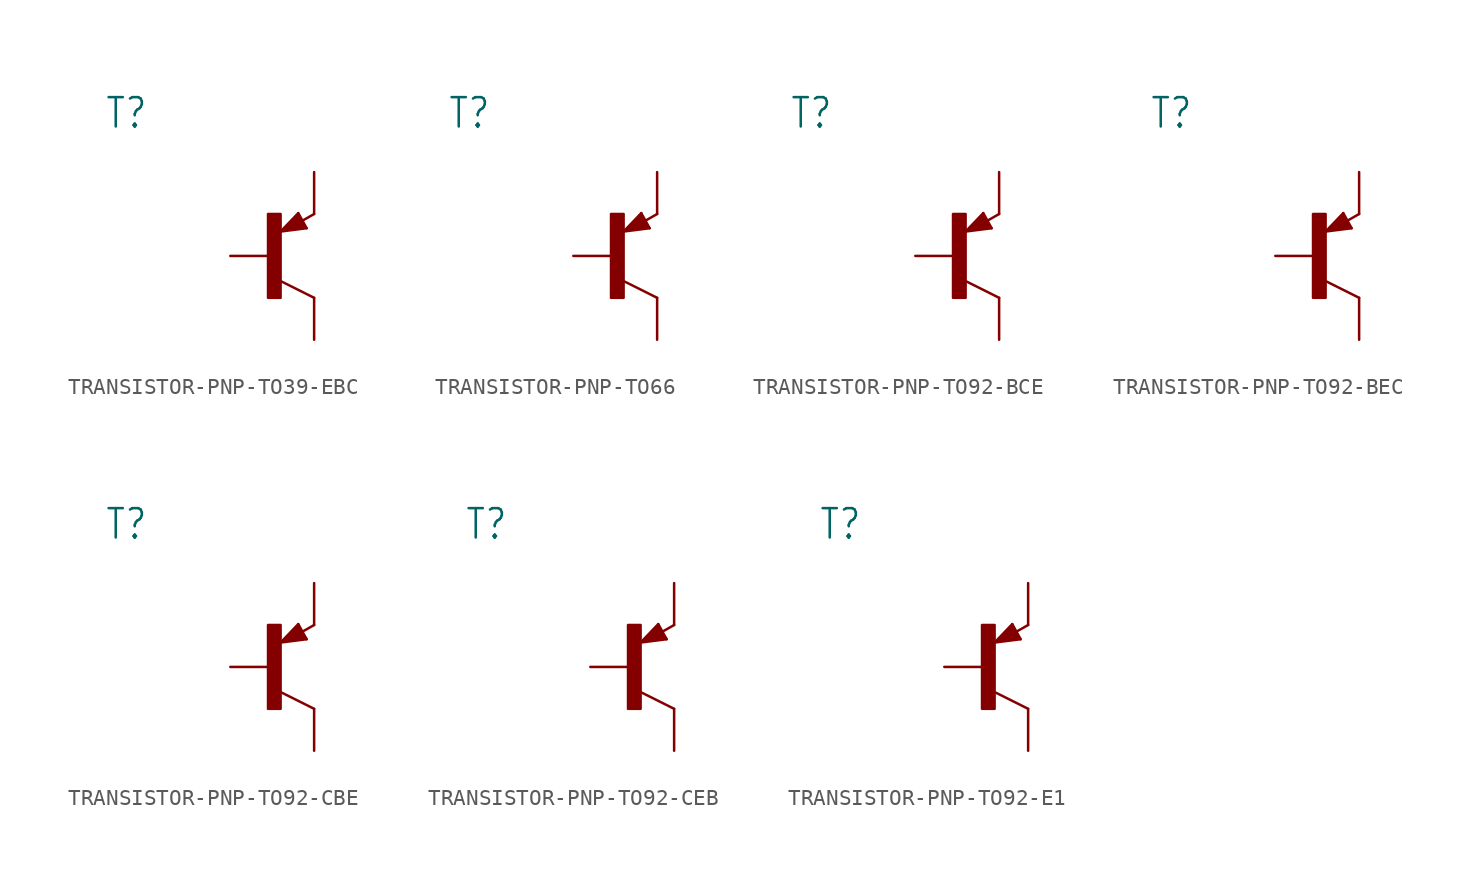
<source format=kicad_sym>
(kicad_symbol_lib
  (version 20231120)
  (generator "kicad_symbol_editor")
  (generator_version "8.0")
  (symbol "TRANSISTOR-PNP-TO39-EBC"
    (property "Reference" "T"
      (at -10.16 7.62 0)
      (effects (font (size 1.778 1.511)) (justify left bottom)))
    (property "Value" ""
      (at -10.16 5.08 0)
      (effects (font (size 1.778 1.511)) (justify left bottom)))
    (property "ki_locked" ""
      (at 0 0 0)
      (effects (font (size 1.27 1.27))))
    (symbol "TRANSISTOR-PNP-TO39-EBC_1_0"
      (rectangle (start -0.254 -2.54) (end 0.508 2.54) (stroke (width 0) (type default)) (fill (type outline)))
      (polyline (pts (xy 0.516 1.478) (xy 2.086 1.678)) (stroke (width 0.152) (type solid)) (fill (type none)))
      (polyline (pts (xy 0.762 1.651) (xy 1.778 1.778)) (stroke (width 0.254) (type solid)) (fill (type none)))
      (polyline (pts (xy 1.143 1.905) (xy 1.524 1.905)) (stroke (width 0.254) (type solid)) (fill (type none)))
      (polyline (pts (xy 1.524 2.159) (xy 1.143 1.905)) (stroke (width 0.254) (type solid)) (fill (type none)))
      (polyline (pts (xy 1.524 2.413) (xy 0.762 1.651)) (stroke (width 0.254) (type solid)) (fill (type none)))
      (polyline (pts (xy 1.578 2.594) (xy 0.516 1.478)) (stroke (width 0.152) (type solid)) (fill (type none)))
      (polyline (pts (xy 1.778 1.778) (xy 1.524 2.159)) (stroke (width 0.254) (type solid)) (fill (type none)))
      (polyline (pts (xy 1.905 1.778) (xy 1.524 2.413)) (stroke (width 0.254) (type solid)) (fill (type none)))
      (polyline (pts (xy 2.086 1.678) (xy 1.578 2.594)) (stroke (width 0.152) (type solid)) (fill (type none)))
      (polyline (pts (xy 2.54 -2.54) (xy 0.508 -1.524)) (stroke (width 0.152) (type solid)) (fill (type none)))
      (polyline (pts (xy 2.54 2.54) (xy 1.808 2.124)) (stroke (width 0.152) (type solid)) (fill (type none)))
      (pin passive line (at 2.54 5.08 270) (length 2.54) (name "E" (effects (font (size 0 0)))) (number "1" (effects (font (size 0 0)))))
      (pin passive line (at -2.54 0 0) (length 2.54) (name "B" (effects (font (size 0 0)))) (number "2" (effects (font (size 0 0)))))
      (pin passive line (at 2.54 -5.08 90) (length 2.54) (name "C" (effects (font (size 0 0)))) (number "3" (effects (font (size 0 0)))))))
  (symbol "TRANSISTOR-PNP-TO66"
    (property "Reference" "T"
      (at -10.16 7.62 0)
      (effects (font (size 1.778 1.511)) (justify left bottom)))
    (property "Value" ""
      (at -10.16 5.08 0)
      (effects (font (size 1.778 1.511)) (justify left bottom)))
    (property "ki_locked" ""
      (at 0 0 0)
      (effects (font (size 1.27 1.27))))
    (symbol "TRANSISTOR-PNP-TO66_1_0"
      (rectangle (start -0.254 -2.54) (end 0.508 2.54) (stroke (width 0) (type default)) (fill (type outline)))
      (polyline (pts (xy 0.516 1.478) (xy 2.086 1.678)) (stroke (width 0.152) (type solid)) (fill (type none)))
      (polyline (pts (xy 0.762 1.651) (xy 1.778 1.778)) (stroke (width 0.254) (type solid)) (fill (type none)))
      (polyline (pts (xy 1.143 1.905) (xy 1.524 1.905)) (stroke (width 0.254) (type solid)) (fill (type none)))
      (polyline (pts (xy 1.524 2.159) (xy 1.143 1.905)) (stroke (width 0.254) (type solid)) (fill (type none)))
      (polyline (pts (xy 1.524 2.413) (xy 0.762 1.651)) (stroke (width 0.254) (type solid)) (fill (type none)))
      (polyline (pts (xy 1.578 2.594) (xy 0.516 1.478)) (stroke (width 0.152) (type solid)) (fill (type none)))
      (polyline (pts (xy 1.778 1.778) (xy 1.524 2.159)) (stroke (width 0.254) (type solid)) (fill (type none)))
      (polyline (pts (xy 1.905 1.778) (xy 1.524 2.413)) (stroke (width 0.254) (type solid)) (fill (type none)))
      (polyline (pts (xy 2.086 1.678) (xy 1.578 2.594)) (stroke (width 0.152) (type solid)) (fill (type none)))
      (polyline (pts (xy 2.54 -2.54) (xy 0.508 -1.524)) (stroke (width 0.152) (type solid)) (fill (type none)))
      (polyline (pts (xy 2.54 2.54) (xy 1.808 2.124)) (stroke (width 0.152) (type solid)) (fill (type none)))
      (pin passive line (at 2.54 5.08 270) (length 2.54) (name "E" (effects (font (size 0 0)))) (number "1" (effects (font (size 0 0)))))
      (pin passive line (at -2.54 0 0) (length 2.54) (name "B" (effects (font (size 0 0)))) (number "2" (effects (font (size 0 0)))))
      (pin passive line (at 2.54 -5.08 90) (length 2.54) (name "C" (effects (font (size 0 0)))) (number "3" (effects (font (size 0 0)))))))
  (symbol "TRANSISTOR-PNP-TO92-BCE"
    (property "Reference" "T"
      (at -10.16 7.62 0)
      (effects (font (size 1.778 1.511)) (justify left bottom)))
    (property "Value" ""
      (at -10.16 5.08 0)
      (effects (font (size 1.778 1.511)) (justify left bottom)))
    (property "ki_locked" ""
      (at 0 0 0)
      (effects (font (size 1.27 1.27))))
    (symbol "TRANSISTOR-PNP-TO92-BCE_1_0"
      (rectangle (start -0.254 -2.54) (end 0.508 2.54) (stroke (width 0) (type default)) (fill (type outline)))
      (polyline (pts (xy 0.516 1.478) (xy 2.086 1.678)) (stroke (width 0.152) (type solid)) (fill (type none)))
      (polyline (pts (xy 0.762 1.651) (xy 1.778 1.778)) (stroke (width 0.254) (type solid)) (fill (type none)))
      (polyline (pts (xy 1.143 1.905) (xy 1.524 1.905)) (stroke (width 0.254) (type solid)) (fill (type none)))
      (polyline (pts (xy 1.524 2.159) (xy 1.143 1.905)) (stroke (width 0.254) (type solid)) (fill (type none)))
      (polyline (pts (xy 1.524 2.413) (xy 0.762 1.651)) (stroke (width 0.254) (type solid)) (fill (type none)))
      (polyline (pts (xy 1.578 2.594) (xy 0.516 1.478)) (stroke (width 0.152) (type solid)) (fill (type none)))
      (polyline (pts (xy 1.778 1.778) (xy 1.524 2.159)) (stroke (width 0.254) (type solid)) (fill (type none)))
      (polyline (pts (xy 1.905 1.778) (xy 1.524 2.413)) (stroke (width 0.254) (type solid)) (fill (type none)))
      (polyline (pts (xy 2.086 1.678) (xy 1.578 2.594)) (stroke (width 0.152) (type solid)) (fill (type none)))
      (polyline (pts (xy 2.54 -2.54) (xy 0.508 -1.524)) (stroke (width 0.152) (type solid)) (fill (type none)))
      (polyline (pts (xy 2.54 2.54) (xy 1.808 2.124)) (stroke (width 0.152) (type solid)) (fill (type none)))
      (pin passive line (at -2.54 0 0) (length 2.54) (name "B" (effects (font (size 0 0)))) (number "B" (effects (font (size 0 0)))))
      (pin passive line (at 2.54 -5.08 90) (length 2.54) (name "C" (effects (font (size 0 0)))) (number "C" (effects (font (size 0 0)))))
      (pin passive line (at 2.54 5.08 270) (length 2.54) (name "E" (effects (font (size 0 0)))) (number "E" (effects (font (size 0 0)))))))
  (symbol "TRANSISTOR-PNP-TO92-BEC"
    (property "Reference" "T"
      (at -10.16 7.62 0)
      (effects (font (size 1.778 1.511)) (justify left bottom)))
    (property "Value" ""
      (at -10.16 5.08 0)
      (effects (font (size 1.778 1.511)) (justify left bottom)))
    (property "ki_locked" ""
      (at 0 0 0)
      (effects (font (size 1.27 1.27))))
    (symbol "TRANSISTOR-PNP-TO92-BEC_1_0"
      (rectangle (start -0.254 -2.54) (end 0.508 2.54) (stroke (width 0) (type default)) (fill (type outline)))
      (polyline (pts (xy 0.516 1.478) (xy 2.086 1.678)) (stroke (width 0.152) (type solid)) (fill (type none)))
      (polyline (pts (xy 0.762 1.651) (xy 1.778 1.778)) (stroke (width 0.254) (type solid)) (fill (type none)))
      (polyline (pts (xy 1.143 1.905) (xy 1.524 1.905)) (stroke (width 0.254) (type solid)) (fill (type none)))
      (polyline (pts (xy 1.524 2.159) (xy 1.143 1.905)) (stroke (width 0.254) (type solid)) (fill (type none)))
      (polyline (pts (xy 1.524 2.413) (xy 0.762 1.651)) (stroke (width 0.254) (type solid)) (fill (type none)))
      (polyline (pts (xy 1.578 2.594) (xy 0.516 1.478)) (stroke (width 0.152) (type solid)) (fill (type none)))
      (polyline (pts (xy 1.778 1.778) (xy 1.524 2.159)) (stroke (width 0.254) (type solid)) (fill (type none)))
      (polyline (pts (xy 1.905 1.778) (xy 1.524 2.413)) (stroke (width 0.254) (type solid)) (fill (type none)))
      (polyline (pts (xy 2.086 1.678) (xy 1.578 2.594)) (stroke (width 0.152) (type solid)) (fill (type none)))
      (polyline (pts (xy 2.54 -2.54) (xy 0.508 -1.524)) (stroke (width 0.152) (type solid)) (fill (type none)))
      (polyline (pts (xy 2.54 2.54) (xy 1.808 2.124)) (stroke (width 0.152) (type solid)) (fill (type none)))
      (pin passive line (at -2.54 0 0) (length 2.54) (name "B" (effects (font (size 0 0)))) (number "B" (effects (font (size 0 0)))))
      (pin passive line (at 2.54 -5.08 90) (length 2.54) (name "C" (effects (font (size 0 0)))) (number "C" (effects (font (size 0 0)))))
      (pin passive line (at 2.54 5.08 270) (length 2.54) (name "E" (effects (font (size 0 0)))) (number "E" (effects (font (size 0 0)))))))
  (symbol "TRANSISTOR-PNP-TO92-CBE"
    (property "Reference" "T"
      (at -10.16 7.62 0)
      (effects (font (size 1.778 1.511)) (justify left bottom)))
    (property "Value" ""
      (at -10.16 5.08 0)
      (effects (font (size 1.778 1.511)) (justify left bottom)))
    (property "ki_locked" ""
      (at 0 0 0)
      (effects (font (size 1.27 1.27))))
    (symbol "TRANSISTOR-PNP-TO92-CBE_1_0"
      (rectangle (start -0.254 -2.54) (end 0.508 2.54) (stroke (width 0) (type default)) (fill (type outline)))
      (polyline (pts (xy 0.516 1.478) (xy 2.086 1.678)) (stroke (width 0.152) (type solid)) (fill (type none)))
      (polyline (pts (xy 0.762 1.651) (xy 1.778 1.778)) (stroke (width 0.254) (type solid)) (fill (type none)))
      (polyline (pts (xy 1.143 1.905) (xy 1.524 1.905)) (stroke (width 0.254) (type solid)) (fill (type none)))
      (polyline (pts (xy 1.524 2.159) (xy 1.143 1.905)) (stroke (width 0.254) (type solid)) (fill (type none)))
      (polyline (pts (xy 1.524 2.413) (xy 0.762 1.651)) (stroke (width 0.254) (type solid)) (fill (type none)))
      (polyline (pts (xy 1.578 2.594) (xy 0.516 1.478)) (stroke (width 0.152) (type solid)) (fill (type none)))
      (polyline (pts (xy 1.778 1.778) (xy 1.524 2.159)) (stroke (width 0.254) (type solid)) (fill (type none)))
      (polyline (pts (xy 1.905 1.778) (xy 1.524 2.413)) (stroke (width 0.254) (type solid)) (fill (type none)))
      (polyline (pts (xy 2.086 1.678) (xy 1.578 2.594)) (stroke (width 0.152) (type solid)) (fill (type none)))
      (polyline (pts (xy 2.54 -2.54) (xy 0.508 -1.524)) (stroke (width 0.152) (type solid)) (fill (type none)))
      (polyline (pts (xy 2.54 2.54) (xy 1.808 2.124)) (stroke (width 0.152) (type solid)) (fill (type none)))
      (pin passive line (at -2.54 0 0) (length 2.54) (name "B" (effects (font (size 0 0)))) (number "B" (effects (font (size 0 0)))))
      (pin passive line (at 2.54 -5.08 90) (length 2.54) (name "C" (effects (font (size 0 0)))) (number "C" (effects (font (size 0 0)))))
      (pin passive line (at 2.54 5.08 270) (length 2.54) (name "E" (effects (font (size 0 0)))) (number "E" (effects (font (size 0 0)))))))
  (symbol "TRANSISTOR-PNP-TO92-CEB"
    (property "Reference" "T"
      (at -10.16 7.62 0)
      (effects (font (size 1.778 1.511)) (justify left bottom)))
    (property "Value" ""
      (at -10.16 5.08 0)
      (effects (font (size 1.778 1.511)) (justify left bottom)))
    (property "ki_locked" ""
      (at 0 0 0)
      (effects (font (size 1.27 1.27))))
    (symbol "TRANSISTOR-PNP-TO92-CEB_1_0"
      (rectangle (start -0.254 -2.54) (end 0.508 2.54) (stroke (width 0) (type default)) (fill (type outline)))
      (polyline (pts (xy 0.516 1.478) (xy 2.086 1.678)) (stroke (width 0.152) (type solid)) (fill (type none)))
      (polyline (pts (xy 0.762 1.651) (xy 1.778 1.778)) (stroke (width 0.254) (type solid)) (fill (type none)))
      (polyline (pts (xy 1.143 1.905) (xy 1.524 1.905)) (stroke (width 0.254) (type solid)) (fill (type none)))
      (polyline (pts (xy 1.524 2.159) (xy 1.143 1.905)) (stroke (width 0.254) (type solid)) (fill (type none)))
      (polyline (pts (xy 1.524 2.413) (xy 0.762 1.651)) (stroke (width 0.254) (type solid)) (fill (type none)))
      (polyline (pts (xy 1.578 2.594) (xy 0.516 1.478)) (stroke (width 0.152) (type solid)) (fill (type none)))
      (polyline (pts (xy 1.778 1.778) (xy 1.524 2.159)) (stroke (width 0.254) (type solid)) (fill (type none)))
      (polyline (pts (xy 1.905 1.778) (xy 1.524 2.413)) (stroke (width 0.254) (type solid)) (fill (type none)))
      (polyline (pts (xy 2.086 1.678) (xy 1.578 2.594)) (stroke (width 0.152) (type solid)) (fill (type none)))
      (polyline (pts (xy 2.54 -2.54) (xy 0.508 -1.524)) (stroke (width 0.152) (type solid)) (fill (type none)))
      (polyline (pts (xy 2.54 2.54) (xy 1.808 2.124)) (stroke (width 0.152) (type solid)) (fill (type none)))
      (pin passive line (at -2.54 0 0) (length 2.54) (name "B" (effects (font (size 0 0)))) (number "B" (effects (font (size 0 0)))))
      (pin passive line (at 2.54 -5.08 90) (length 2.54) (name "C" (effects (font (size 0 0)))) (number "C" (effects (font (size 0 0)))))
      (pin passive line (at 2.54 5.08 270) (length 2.54) (name "E" (effects (font (size 0 0)))) (number "E" (effects (font (size 0 0)))))))
  (symbol "TRANSISTOR-PNP-TO92-E1"
    (property "Reference" "T"
      (at -10.16 7.62 0)
      (effects (font (size 1.778 1.511)) (justify left bottom)))
    (property "Value" ""
      (at -10.16 5.08 0)
      (effects (font (size 1.778 1.511)) (justify left bottom)))
    (property "ki_locked" ""
      (at 0 0 0)
      (effects (font (size 1.27 1.27))))
    (symbol "TRANSISTOR-PNP-TO92-E1_1_0"
      (rectangle (start -0.254 -2.54) (end 0.508 2.54) (stroke (width 0) (type default)) (fill (type outline)))
      (polyline (pts (xy 0.516 1.478) (xy 2.086 1.678)) (stroke (width 0.152) (type solid)) (fill (type none)))
      (polyline (pts (xy 0.762 1.651) (xy 1.778 1.778)) (stroke (width 0.254) (type solid)) (fill (type none)))
      (polyline (pts (xy 1.143 1.905) (xy 1.524 1.905)) (stroke (width 0.254) (type solid)) (fill (type none)))
      (polyline (pts (xy 1.524 2.159) (xy 1.143 1.905)) (stroke (width 0.254) (type solid)) (fill (type none)))
      (polyline (pts (xy 1.524 2.413) (xy 0.762 1.651)) (stroke (width 0.254) (type solid)) (fill (type none)))
      (polyline (pts (xy 1.578 2.594) (xy 0.516 1.478)) (stroke (width 0.152) (type solid)) (fill (type none)))
      (polyline (pts (xy 1.778 1.778) (xy 1.524 2.159)) (stroke (width 0.254) (type solid)) (fill (type none)))
      (polyline (pts (xy 1.905 1.778) (xy 1.524 2.413)) (stroke (width 0.254) (type solid)) (fill (type none)))
      (polyline (pts (xy 2.086 1.678) (xy 1.578 2.594)) (stroke (width 0.152) (type solid)) (fill (type none)))
      (polyline (pts (xy 2.54 -2.54) (xy 0.508 -1.524)) (stroke (width 0.152) (type solid)) (fill (type none)))
      (polyline (pts (xy 2.54 2.54) (xy 1.808 2.124)) (stroke (width 0.152) (type solid)) (fill (type none)))
      (pin passive line (at 2.54 -5.08 90) (length 2.54) (name "C" (effects (font (size 0 0)))) (number "1" (effects (font (size 0 0)))))
      (pin passive line (at -2.54 0 0) (length 2.54) (name "B" (effects (font (size 0 0)))) (number "2" (effects (font (size 0 0)))))
      (pin passive line (at 2.54 5.08 270) (length 2.54) (name "E" (effects (font (size 0 0)))) (number "3" (effects (font (size 0 0))))))))
</source>
